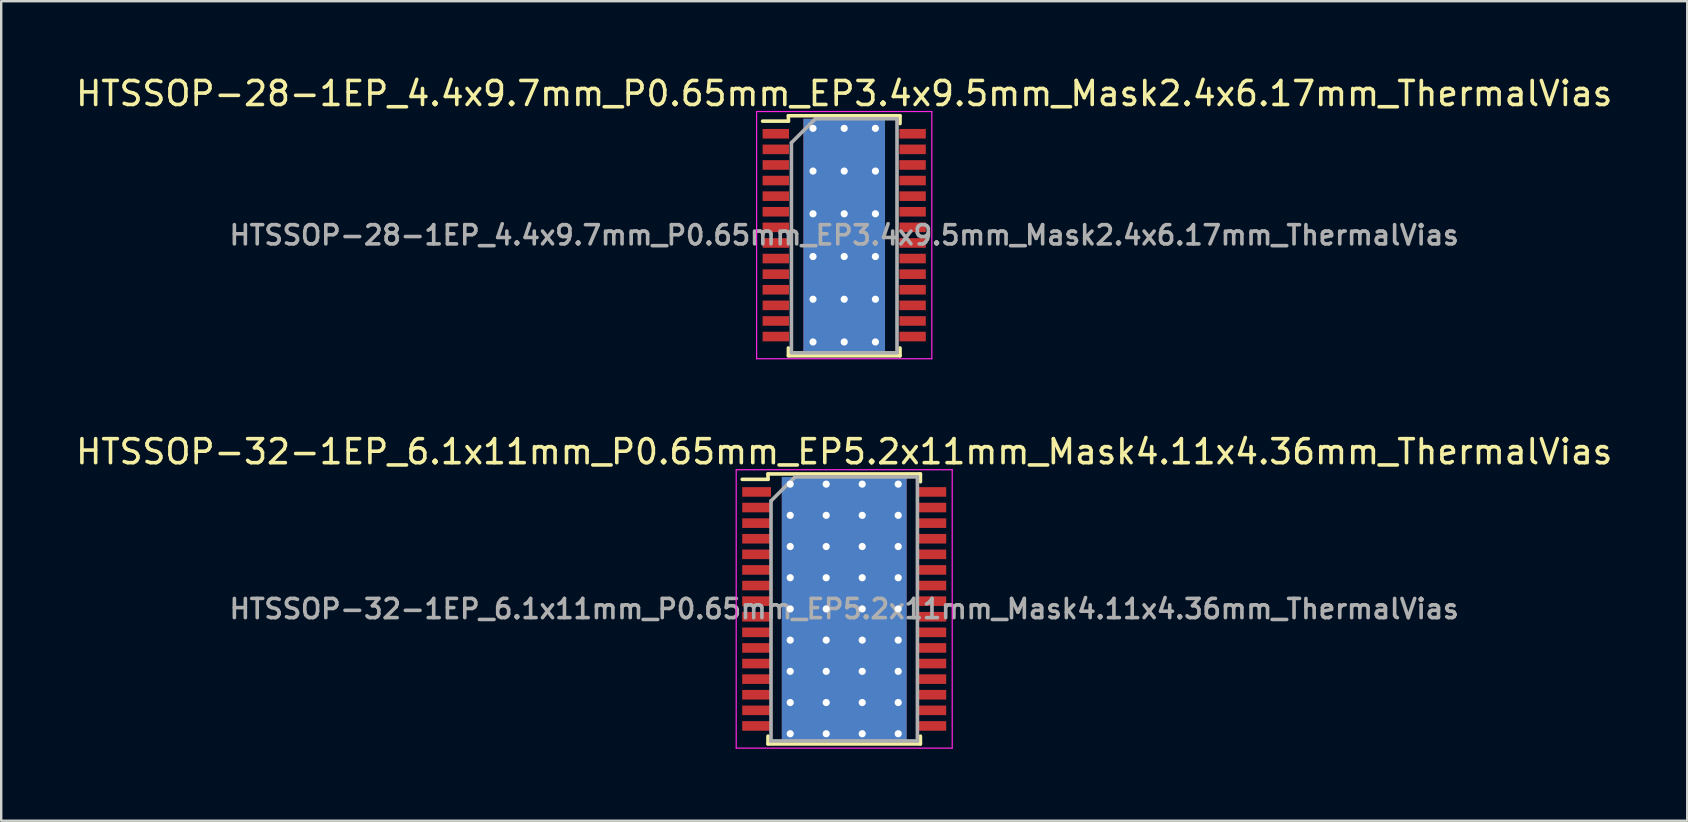
<source format=kicad_pcb>
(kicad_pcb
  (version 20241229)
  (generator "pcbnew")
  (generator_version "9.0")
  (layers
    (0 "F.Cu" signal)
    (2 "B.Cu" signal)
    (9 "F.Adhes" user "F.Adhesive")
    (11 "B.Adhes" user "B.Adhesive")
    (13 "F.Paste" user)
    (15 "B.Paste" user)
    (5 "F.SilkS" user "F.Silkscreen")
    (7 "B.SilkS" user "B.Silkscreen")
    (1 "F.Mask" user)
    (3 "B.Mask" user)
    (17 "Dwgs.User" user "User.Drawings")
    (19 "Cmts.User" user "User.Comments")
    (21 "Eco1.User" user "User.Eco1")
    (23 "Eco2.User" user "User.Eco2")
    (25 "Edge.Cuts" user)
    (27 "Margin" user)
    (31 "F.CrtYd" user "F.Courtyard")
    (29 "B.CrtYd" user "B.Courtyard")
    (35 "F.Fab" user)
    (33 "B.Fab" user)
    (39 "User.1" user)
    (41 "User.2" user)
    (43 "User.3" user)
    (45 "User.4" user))
  (footprint "HTSSOP-28-1EP_4.4x9.7mm_P0.65mm_EP3.4x9.5mm_Mask2.4x6.17mm_ThermalVias"
    (layer "F.Cu")
    (at 32.125 6.748)
    (property "Reference" "HTSSOP-28-1EP_4.4x9.7mm_P0.65mm_EP3.4x9.5mm_Mask2.4x6.17mm_ThermalVias" (at 0 -5.9 0) (layer "F.SilkS") (effects (font (size 1 1) (thickness 0.15))))
    (attr smd)
    (fp_line (start -2.325 -4.975) (end -2.325 -4.75) (stroke (width 0.15) (type solid)) (layer "F.SilkS"))
    (fp_line (start -2.325 -4.975) (end 2.325 -4.975) (stroke (width 0.15) (type solid)) (layer "F.SilkS"))
    (fp_line (start -2.325 -4.75) (end -3.4 -4.75) (stroke (width 0.15) (type solid)) (layer "F.SilkS"))
    (fp_line (start -2.325 5.026) (end -2.325 4.701) (stroke (width 0.15) (type solid)) (layer "F.SilkS"))
    (fp_line (start -2.325 5.026) (end 2.325 5.026) (stroke (width 0.15) (type solid)) (layer "F.SilkS"))
    (fp_line (start 2.325 -4.975) (end 2.325 -4.65) (stroke (width 0.15) (type solid)) (layer "F.SilkS"))
    (fp_line (start 2.325 5.026) (end 2.325 4.701) (stroke (width 0.15) (type solid)) (layer "F.SilkS"))
    (fp_line (start -3.65 -5.15) (end -3.65 5.15) (stroke (width 0.05) (type solid)) (layer "F.CrtYd"))
    (fp_line (start -3.65 -5.15) (end 3.65 -5.15) (stroke (width 0.05) (type solid)) (layer "F.CrtYd"))
    (fp_line (start -3.65 5.15) (end 3.65 5.15) (stroke (width 0.05) (type solid)) (layer "F.CrtYd"))
    (fp_line (start 3.65 -5.15) (end 3.65 5.15) (stroke (width 0.05) (type solid)) (layer "F.CrtYd"))
    (fp_line (start -2.2 -3.85) (end -1.2 -4.85) (stroke (width 0.15) (type solid)) (layer "F.Fab"))
    (fp_line (start -2.2 4.85) (end -2.2 -3.85) (stroke (width 0.15) (type solid)) (layer "F.Fab"))
    (fp_line (start -1.2 -4.85) (end 2.2 -4.85) (stroke (width 0.15) (type solid)) (layer "F.Fab"))
    (fp_line (start 2.2 -4.85) (end 2.2 4.85) (stroke (width 0.15) (type solid)) (layer "F.Fab"))
    (fp_line (start 2.2 4.901) (end -2.2 4.901) (stroke (width 0.15) (type solid)) (layer "F.Fab"))
    (fp_text user "${REFERENCE}" (at 0 0 0) (layer "F.Fab") (effects (font (size 0.8 0.8) (thickness 0.15))))
    (pad "" smd rect (at -0.6 -1.78) (size 0.9 1.4) (layers "F.Paste"))
    (pad "" smd rect (at -0.6 0) (size 0.9 1.4) (layers "F.Paste"))
    (pad "" smd rect (at -0.6 1.78) (size 0.9 1.4) (layers "F.Paste"))
    (pad "" smd rect (at 0 0) (size 2.4 6.17) (layers "F.Paste"))
    (pad "" smd rect (at 0.6 -1.78) (size 0.9 1.4) (layers "F.Paste"))
    (pad "" smd rect (at 0.6 0) (size 0.9 1.4) (layers "F.Paste"))
    (pad "" smd rect (at 0.6 1.78) (size 0.9 1.4) (layers "F.Paste"))
    (pad "1" smd rect (at -2.85 -4.225) (size 1.1 0.4) (layers "F.Cu" "F.Mask" "F.Paste"))
    (pad "2" smd rect (at -2.85 -3.575) (size 1.1 0.4) (layers "F.Cu" "F.Mask" "F.Paste"))
    (pad "3" smd rect (at -2.85 -2.925) (size 1.1 0.4) (layers "F.Cu" "F.Mask" "F.Paste"))
    (pad "4" smd rect (at -2.85 -2.275) (size 1.1 0.4) (layers "F.Cu" "F.Mask" "F.Paste"))
    (pad "5" smd rect (at -2.85 -1.625) (size 1.1 0.4) (layers "F.Cu" "F.Mask" "F.Paste"))
    (pad "6" smd rect (at -2.85 -0.975) (size 1.1 0.4) (layers "F.Cu" "F.Mask" "F.Paste"))
    (pad "7" smd rect (at -2.85 -0.325) (size 1.1 0.4) (layers "F.Cu" "F.Mask" "F.Paste"))
    (pad "8" smd rect (at -2.85 0.325) (size 1.1 0.4) (layers "F.Cu" "F.Mask" "F.Paste"))
    (pad "9" smd rect (at -2.85 0.975) (size 1.1 0.4) (layers "F.Cu" "F.Mask" "F.Paste"))
    (pad "10" smd rect (at -2.85 1.625) (size 1.1 0.4) (layers "F.Cu" "F.Mask" "F.Paste"))
    (pad "11" smd rect (at -2.85 2.275) (size 1.1 0.4) (layers "F.Cu" "F.Mask" "F.Paste"))
    (pad "12" smd rect (at -2.85 2.925) (size 1.1 0.4) (layers "F.Cu" "F.Mask" "F.Paste"))
    (pad "13" smd rect (at -2.85 3.575) (size 1.1 0.4) (layers "F.Cu" "F.Mask" "F.Paste"))
    (pad "14" smd rect (at -2.85 4.225) (size 1.1 0.4) (layers "F.Cu" "F.Mask" "F.Paste"))
    (pad "15" smd rect (at 2.85 4.225) (size 1.1 0.4) (layers "F.Cu" "F.Mask" "F.Paste"))
    (pad "16" smd rect (at 2.85 3.575) (size 1.1 0.4) (layers "F.Cu" "F.Mask" "F.Paste"))
    (pad "17" smd rect (at 2.85 2.925) (size 1.1 0.4) (layers "F.Cu" "F.Mask" "F.Paste"))
    (pad "18" smd rect (at 2.85 2.275) (size 1.1 0.4) (layers "F.Cu" "F.Mask" "F.Paste"))
    (pad "19" smd rect (at 2.85 1.625) (size 1.1 0.4) (layers "F.Cu" "F.Mask" "F.Paste"))
    (pad "20" smd rect (at 2.85 0.975) (size 1.1 0.4) (layers "F.Cu" "F.Mask" "F.Paste"))
    (pad "21" smd rect (at 2.85 0.325) (size 1.1 0.4) (layers "F.Cu" "F.Mask" "F.Paste"))
    (pad "22" smd rect (at 2.85 -0.325) (size 1.1 0.4) (layers "F.Cu" "F.Mask" "F.Paste"))
    (pad "23" smd rect (at 2.85 -0.975) (size 1.1 0.4) (layers "F.Cu" "F.Mask" "F.Paste"))
    (pad "24" smd rect (at 2.85 -1.625) (size 1.1 0.4) (layers "F.Cu" "F.Mask" "F.Paste"))
    (pad "25" smd rect (at 2.85 -2.275) (size 1.1 0.4) (layers "F.Cu" "F.Mask" "F.Paste"))
    (pad "26" smd rect (at 2.85 -2.925) (size 1.1 0.4) (layers "F.Cu" "F.Mask" "F.Paste"))
    (pad "27" smd rect (at 2.85 -3.575) (size 1.1 0.4) (layers "F.Cu" "F.Mask" "F.Paste"))
    (pad "28" smd rect (at 2.85 -4.225) (size 1.1 0.4) (layers "F.Cu" "F.Mask" "F.Paste"))
    (pad "29" thru_hole circle (at -1.3 -4.45) (size 0.6 0.6) (drill 0.3) (layers "*.Cu"))
    (pad "29" thru_hole circle (at -1.3 -2.67) (size 0.6 0.6) (drill 0.3) (layers "*.Cu"))
    (pad "29" thru_hole circle (at -1.3 -0.89) (size 0.6 0.6) (drill 0.3) (layers "*.Cu"))
    (pad "29" thru_hole circle (at -1.3 0.89) (size 0.6 0.6) (drill 0.3) (layers "*.Cu"))
    (pad "29" thru_hole circle (at -1.3 2.67) (size 0.6 0.6) (drill 0.3) (layers "*.Cu"))
    (pad "29" thru_hole circle (at -1.3 4.45) (size 0.6 0.6) (drill 0.3) (layers "*.Cu"))
    (pad "29" thru_hole circle (at 0 -4.45) (size 0.6 0.6) (drill 0.3) (layers "*.Cu"))
    (pad "29" thru_hole circle (at 0 -2.67) (size 0.6 0.6) (drill 0.3) (layers "*.Cu"))
    (pad "29" thru_hole circle (at 0 -0.89) (size 0.6 0.6) (drill 0.3) (layers "*.Cu"))
    (pad "29" smd rect (at 0 0) (size 3.4 9.7) (layers "F.Cu"))
    (pad "29" smd rect (at 0 0) (size 3.4 9.7) (layers "B.Cu"))
    (pad "29" thru_hole circle (at 0 0.89) (size 0.6 0.6) (drill 0.3) (layers "*.Cu"))
    (pad "29" thru_hole circle (at 0 2.67) (size 0.6 0.6) (drill 0.3) (layers "*.Cu"))
    (pad "29" thru_hole circle (at 0 4.45) (size 0.6 0.6) (drill 0.3) (layers "*.Cu"))
    (pad "29" thru_hole circle (at 1.3 -4.45) (size 0.6 0.6) (drill 0.3) (layers "*.Cu"))
    (pad "29" thru_hole circle (at 1.3 -2.67) (size 0.6 0.6) (drill 0.3) (layers "*.Cu"))
    (pad "29" thru_hole circle (at 1.3 -0.89) (size 0.6 0.6) (drill 0.3) (layers "*.Cu"))
    (pad "29" thru_hole circle (at 1.3 0.89) (size 0.6 0.6) (drill 0.3) (layers "*.Cu"))
    (pad "29" thru_hole circle (at 1.3 2.67) (size 0.6 0.6) (drill 0.3) (layers "*.Cu"))
    (pad "29" thru_hole circle (at 1.3 4.45) (size 0.6 0.6) (drill 0.3) (layers "*.Cu")))
  (footprint "HTSSOP-32-1EP_6.1x11mm_P0.65mm_EP5.2x11mm_Mask4.11x4.36mm_ThermalVias"
    (layer "F.Cu")
    (at 32.125 22.322)
    (property "Reference" "HTSSOP-32-1EP_6.1x11mm_P0.65mm_EP5.2x11mm_Mask4.11x4.36mm_ThermalVias" (at 0 -6.55 0) (layer "F.SilkS") (effects (font (size 1 1) (thickness 0.15))))
    (attr smd)
    (fp_line (start -4.25 -5.4) (end -3.175 -5.4) (stroke (width 0.15) (type solid)) (layer "F.SilkS"))
    (fp_line (start -3.175 -5.625) (end 3.175 -5.625) (stroke (width 0.15) (type solid)) (layer "F.SilkS"))
    (fp_line (start -3.175 -5.4) (end -3.175 -5.625) (stroke (width 0.15) (type solid)) (layer "F.SilkS"))
    (fp_line (start -3.175 5.3) (end -3.175 5.625) (stroke (width 0.15) (type solid)) (layer "F.SilkS"))
    (fp_line (start -3.175 5.625) (end 3.175 5.625) (stroke (width 0.15) (type solid)) (layer "F.SilkS"))
    (fp_line (start 3.175 -5.625) (end 3.175 -5.3) (stroke (width 0.15) (type solid)) (layer "F.SilkS"))
    (fp_line (start 3.175 5.625) (end 3.175 5.3) (stroke (width 0.15) (type solid)) (layer "F.SilkS"))
    (fp_line (start -4.5 -5.8) (end -4.5 5.8) (stroke (width 0.05) (type solid)) (layer "F.CrtYd"))
    (fp_line (start -4.5 5.8) (end 4.5 5.8) (stroke (width 0.05) (type solid)) (layer "F.CrtYd"))
    (fp_line (start 4.5 -5.8) (end -4.5 -5.8) (stroke (width 0.05) (type solid)) (layer "F.CrtYd"))
    (fp_line (start 4.5 5.8) (end 4.5 -5.8) (stroke (width 0.05) (type solid)) (layer "F.CrtYd"))
    (fp_line (start -3.05 -4.5) (end -2.05 -5.5) (stroke (width 0.15) (type solid)) (layer "F.Fab"))
    (fp_line (start -3.05 5.5) (end -3.05 -4.5) (stroke (width 0.15) (type solid)) (layer "F.Fab"))
    (fp_line (start -2.05 -5.5) (end 3.05 -5.5) (stroke (width 0.15) (type solid)) (layer "F.Fab"))
    (fp_line (start 3.05 -5.5) (end 3.05 5.5) (stroke (width 0.15) (type solid)) (layer "F.Fab"))
    (fp_line (start 3.05 5.5) (end -3.05 5.5) (stroke (width 0.15) (type solid)) (layer "F.Fab"))
    (fp_text user "${REFERENCE}" (at 0 0 0) (layer "F.Fab") (effects (font (size 0.8 0.8) (thickness 0.15))))
    (pad "" smd rect (at -1.365 -1.725) (size 0.93 0.55) (layers "F.Paste"))
    (pad "" smd rect (at -1.365 -0.65) (size 0.93 1) (layers "F.Paste"))
    (pad "" smd rect (at -1.365 0.65) (size 0.93 1) (layers "F.Paste"))
    (pad "" smd rect (at -1.365 1.725) (size 0.93 0.55) (layers "F.Paste"))
    (pad "" smd rect (at 0 -1.725) (size 1.2 0.55) (layers "F.Paste"))
    (pad "" smd rect (at 0 -0.65) (size 1.2 1) (layers "F.Paste"))
    (pad "" smd rect (at 0 0) (size 4.11 4.36) (layers "F.Paste"))
    (pad "" smd rect (at 0 0.65) (size 1.2 1) (layers "F.Paste"))
    (pad "" smd rect (at 0 1.725) (size 1.2 0.55) (layers "F.Paste"))
    (pad "" smd rect (at 1.365 -1.725) (size 0.93 0.55) (layers "F.Paste"))
    (pad "" smd rect (at 1.365 -0.65) (size 0.93 1) (layers "F.Paste"))
    (pad "" smd rect (at 1.365 0.65) (size 0.93 1) (layers "F.Paste"))
    (pad "" smd rect (at 1.365 1.725) (size 0.93 0.55) (layers "F.Paste"))
    (pad "1" smd rect (at -3.65 -4.875) (size 1.2 0.4) (layers "F.Cu" "F.Mask" "F.Paste"))
    (pad "2" smd rect (at -3.65 -4.225) (size 1.2 0.4) (layers "F.Cu" "F.Mask" "F.Paste"))
    (pad "3" smd rect (at -3.65 -3.575) (size 1.2 0.4) (layers "F.Cu" "F.Mask" "F.Paste"))
    (pad "4" smd rect (at -3.65 -2.925) (size 1.2 0.4) (layers "F.Cu" "F.Mask" "F.Paste"))
    (pad "5" smd rect (at -3.65 -2.275) (size 1.2 0.4) (layers "F.Cu" "F.Mask" "F.Paste"))
    (pad "6" smd rect (at -3.65 -1.625) (size 1.2 0.4) (layers "F.Cu" "F.Mask" "F.Paste"))
    (pad "7" smd rect (at -3.65 -0.975) (size 1.2 0.4) (layers "F.Cu" "F.Mask" "F.Paste"))
    (pad "8" smd rect (at -3.65 -0.325) (size 1.2 0.4) (layers "F.Cu" "F.Mask" "F.Paste"))
    (pad "9" smd rect (at -3.65 0.325) (size 1.2 0.4) (layers "F.Cu" "F.Mask" "F.Paste"))
    (pad "10" smd rect (at -3.65 0.975) (size 1.2 0.4) (layers "F.Cu" "F.Mask" "F.Paste"))
    (pad "11" smd rect (at -3.65 1.625) (size 1.2 0.4) (layers "F.Cu" "F.Mask" "F.Paste"))
    (pad "12" smd rect (at -3.65 2.275) (size 1.2 0.4) (layers "F.Cu" "F.Mask" "F.Paste"))
    (pad "13" smd rect (at -3.65 2.925) (size 1.2 0.4) (layers "F.Cu" "F.Mask" "F.Paste"))
    (pad "14" smd rect (at -3.65 3.575) (size 1.2 0.4) (layers "F.Cu" "F.Mask" "F.Paste"))
    (pad "15" smd rect (at -3.65 4.225) (size 1.2 0.4) (layers "F.Cu" "F.Mask" "F.Paste"))
    (pad "16" smd rect (at -3.65 4.875) (size 1.2 0.4) (layers "F.Cu" "F.Mask" "F.Paste"))
    (pad "17" smd rect (at 3.65 4.875) (size 1.2 0.4) (layers "F.Cu" "F.Mask" "F.Paste"))
    (pad "18" smd rect (at 3.65 4.225) (size 1.2 0.4) (layers "F.Cu" "F.Mask" "F.Paste"))
    (pad "19" smd rect (at 3.65 3.575) (size 1.2 0.4) (layers "F.Cu" "F.Mask" "F.Paste"))
    (pad "20" smd rect (at 3.65 2.925) (size 1.2 0.4) (layers "F.Cu" "F.Mask" "F.Paste"))
    (pad "21" smd rect (at 3.65 2.275) (size 1.2 0.4) (layers "F.Cu" "F.Mask" "F.Paste"))
    (pad "22" smd rect (at 3.65 1.625) (size 1.2 0.4) (layers "F.Cu" "F.Mask" "F.Paste"))
    (pad "23" smd rect (at 3.65 0.975) (size 1.2 0.4) (layers "F.Cu" "F.Mask" "F.Paste"))
    (pad "24" smd rect (at 3.65 0.325) (size 1.2 0.4) (layers "F.Cu" "F.Mask" "F.Paste"))
    (pad "25" smd rect (at 3.65 -0.325) (size 1.2 0.4) (layers "F.Cu" "F.Mask" "F.Paste"))
    (pad "26" smd rect (at 3.65 -0.975) (size 1.2 0.4) (layers "F.Cu" "F.Mask" "F.Paste"))
    (pad "27" smd rect (at 3.65 -1.625) (size 1.2 0.4) (layers "F.Cu" "F.Mask" "F.Paste"))
    (pad "28" smd rect (at 3.65 -2.275) (size 1.2 0.4) (layers "F.Cu" "F.Mask" "F.Paste"))
    (pad "29" smd rect (at 3.65 -2.925) (size 1.2 0.4) (layers "F.Cu" "F.Mask" "F.Paste"))
    (pad "30" smd rect (at 3.65 -3.575) (size 1.2 0.4) (layers "F.Cu" "F.Mask" "F.Paste"))
    (pad "31" smd rect (at 3.65 -4.225) (size 1.2 0.4) (layers "F.Cu" "F.Mask" "F.Paste"))
    (pad "32" smd rect (at 3.65 -4.875) (size 1.2 0.4) (layers "F.Cu" "F.Mask" "F.Paste"))
    (pad "33" thru_hole circle (at -2.25 -5.2) (size 0.6 0.6) (drill 0.3) (layers "*.Cu"))
    (pad "33" thru_hole circle (at -2.25 -3.9) (size 0.6 0.6) (drill 0.3) (layers "*.Cu"))
    (pad "33" thru_hole circle (at -2.25 -2.6) (size 0.6 0.6) (drill 0.3) (layers "*.Cu"))
    (pad "33" thru_hole circle (at -2.25 -1.3) (size 0.6 0.6) (drill 0.3) (layers "*.Cu"))
    (pad "33" thru_hole circle (at -2.25 0) (size 0.6 0.6) (drill 0.3) (layers "*.Cu"))
    (pad "33" thru_hole circle (at -2.25 1.3) (size 0.6 0.6) (drill 0.3) (layers "*.Cu"))
    (pad "33" thru_hole circle (at -2.25 2.6) (size 0.6 0.6) (drill 0.3) (layers "*.Cu"))
    (pad "33" thru_hole circle (at -2.25 3.9) (size 0.6 0.6) (drill 0.3) (layers "*.Cu"))
    (pad "33" thru_hole circle (at -2.25 5.2) (size 0.6 0.6) (drill 0.3) (layers "*.Cu"))
    (pad "33" thru_hole circle (at -0.75 -5.2) (size 0.6 0.6) (drill 0.3) (layers "*.Cu"))
    (pad "33" thru_hole circle (at -0.75 -3.9) (size 0.6 0.6) (drill 0.3) (layers "*.Cu"))
    (pad "33" thru_hole circle (at -0.75 -2.6) (size 0.6 0.6) (drill 0.3) (layers "*.Cu"))
    (pad "33" thru_hole circle (at -0.75 -1.3) (size 0.6 0.6) (drill 0.3) (layers "*.Cu"))
    (pad "33" thru_hole circle (at -0.75 0) (size 0.6 0.6) (drill 0.3) (layers "*.Cu"))
    (pad "33" thru_hole circle (at -0.75 1.3) (size 0.6 0.6) (drill 0.3) (layers "*.Cu"))
    (pad "33" thru_hole circle (at -0.75 2.6) (size 0.6 0.6) (drill 0.3) (layers "*.Cu"))
    (pad "33" thru_hole circle (at -0.75 3.9) (size 0.6 0.6) (drill 0.3) (layers "*.Cu"))
    (pad "33" thru_hole circle (at -0.75 5.2) (size 0.6 0.6) (drill 0.3) (layers "*.Cu"))
    (pad "33" smd rect (at 0 0) (size 5.2 11) (layers "F.Cu"))
    (pad "33" smd rect (at 0 0) (size 5.2 11) (layers "B.Cu"))
    (pad "33" thru_hole circle (at 0.75 -5.2) (size 0.6 0.6) (drill 0.3) (layers "*.Cu"))
    (pad "33" thru_hole circle (at 0.75 -3.9) (size 0.6 0.6) (drill 0.3) (layers "*.Cu"))
    (pad "33" thru_hole circle (at 0.75 -2.6) (size 0.6 0.6) (drill 0.3) (layers "*.Cu"))
    (pad "33" thru_hole circle (at 0.75 -1.3) (size 0.6 0.6) (drill 0.3) (layers "*.Cu"))
    (pad "33" thru_hole circle (at 0.75 0) (size 0.6 0.6) (drill 0.3) (layers "*.Cu"))
    (pad "33" thru_hole circle (at 0.75 1.3) (size 0.6 0.6) (drill 0.3) (layers "*.Cu"))
    (pad "33" thru_hole circle (at 0.75 2.6) (size 0.6 0.6) (drill 0.3) (layers "*.Cu"))
    (pad "33" thru_hole circle (at 0.75 3.9) (size 0.6 0.6) (drill 0.3) (layers "*.Cu"))
    (pad "33" thru_hole circle (at 0.75 5.2) (size 0.6 0.6) (drill 0.3) (layers "*.Cu"))
    (pad "33" thru_hole circle (at 2.25 -5.2) (size 0.6 0.6) (drill 0.3) (layers "*.Cu"))
    (pad "33" thru_hole circle (at 2.25 -3.9) (size 0.6 0.6) (drill 0.3) (layers "*.Cu"))
    (pad "33" thru_hole circle (at 2.25 -2.6) (size 0.6 0.6) (drill 0.3) (layers "*.Cu"))
    (pad "33" thru_hole circle (at 2.25 -1.3) (size 0.6 0.6) (drill 0.3) (layers "*.Cu"))
    (pad "33" thru_hole circle (at 2.25 0) (size 0.6 0.6) (drill 0.3) (layers "*.Cu"))
    (pad "33" thru_hole circle (at 2.25 1.3) (size 0.6 0.6) (drill 0.3) (layers "*.Cu"))
    (pad "33" thru_hole circle (at 2.25 2.6) (size 0.6 0.6) (drill 0.3) (layers "*.Cu"))
    (pad "33" thru_hole circle (at 2.25 3.9) (size 0.6 0.6) (drill 0.3) (layers "*.Cu"))
    (pad "33" thru_hole circle (at 2.25 5.2) (size 0.6 0.6) (drill 0.3) (layers "*.Cu")))
  (gr_rect
    (start -3 -3)
    (end 67.25 31.146)
    (stroke (width 0.1) (type default))
    (fill no)
    (layer "Edge.Cuts")))
</source>
